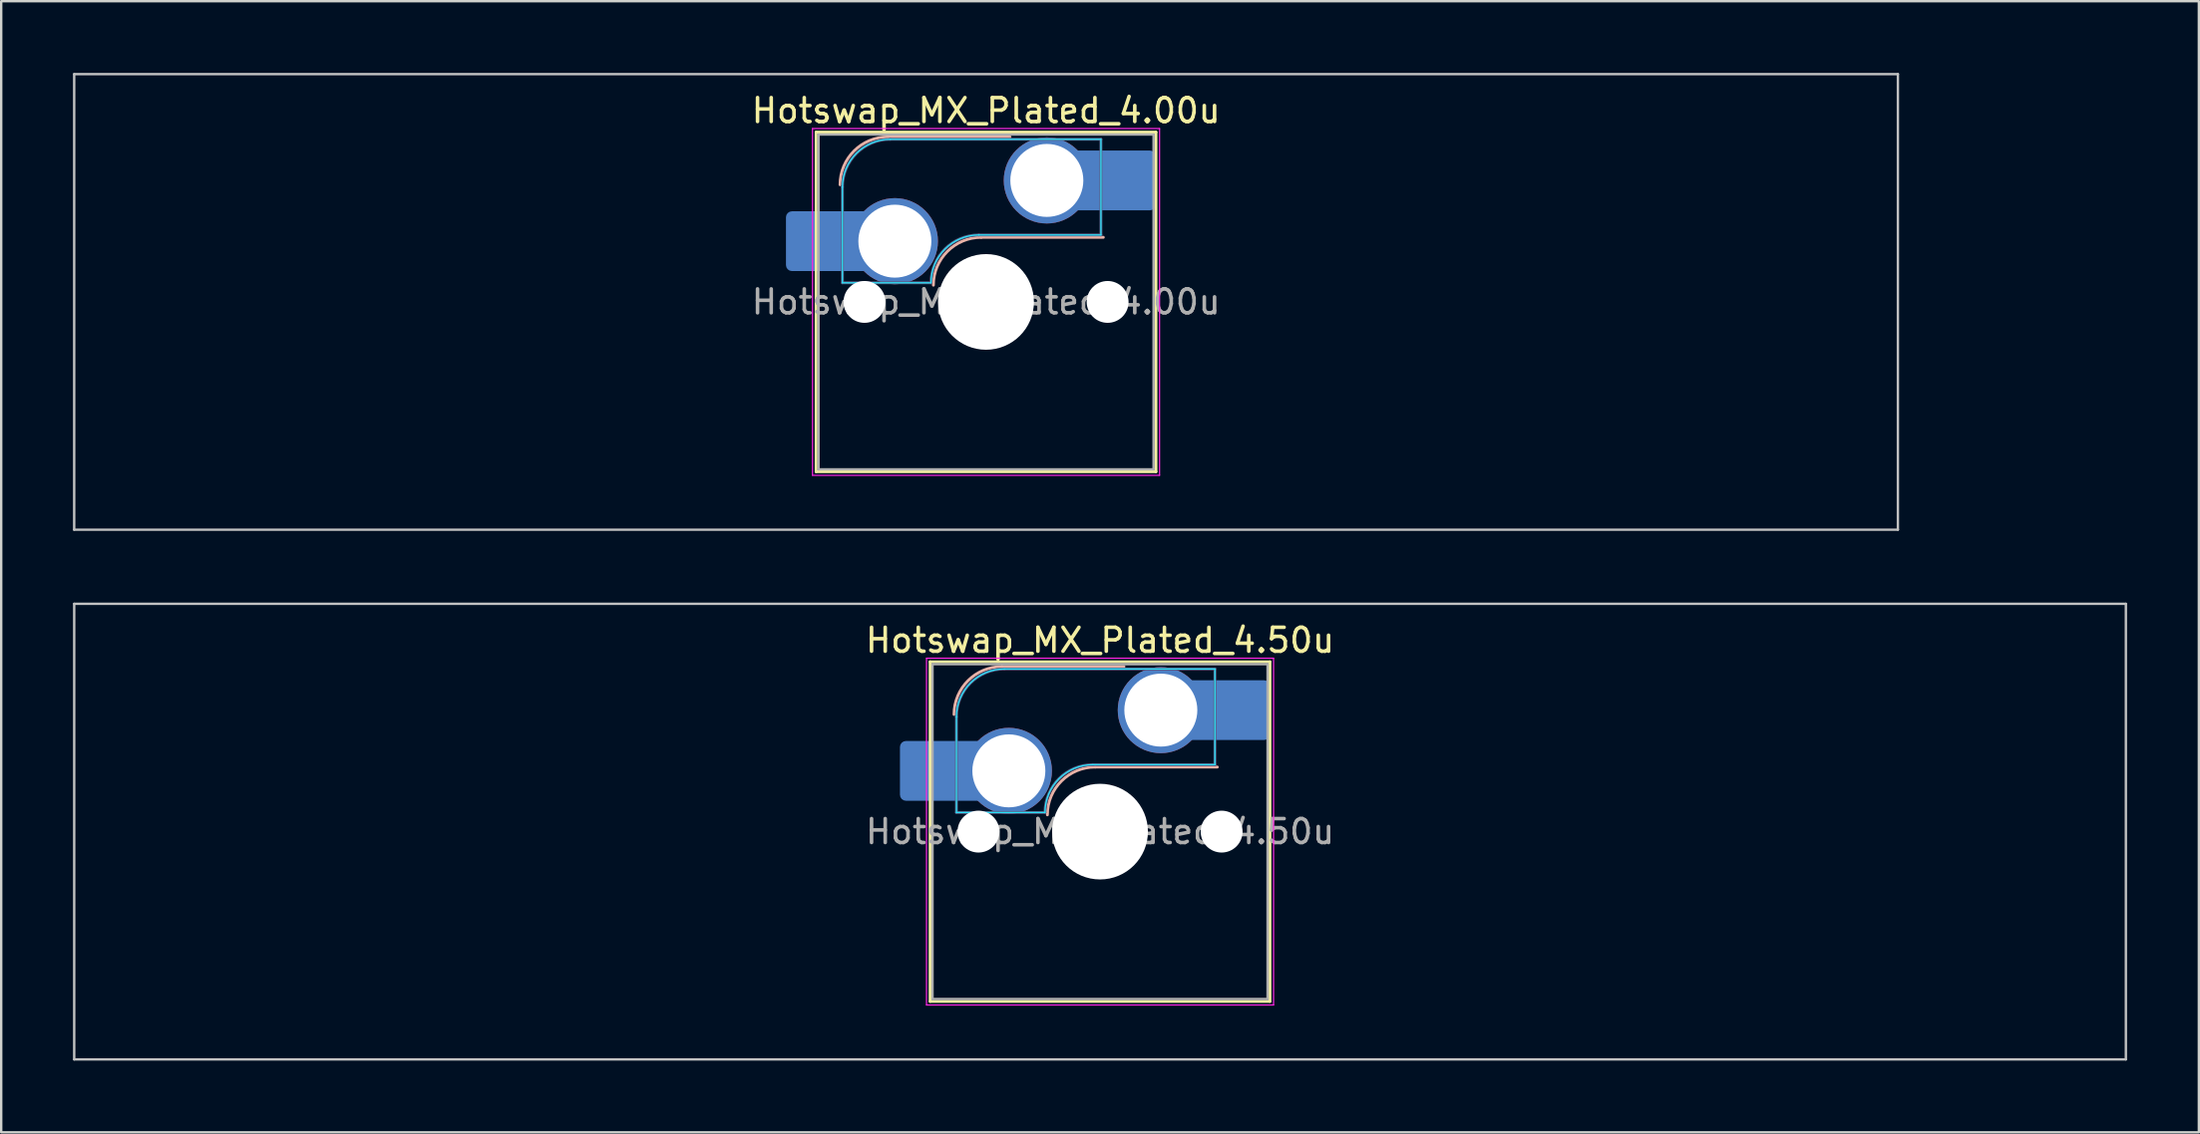
<source format=kicad_pcb>
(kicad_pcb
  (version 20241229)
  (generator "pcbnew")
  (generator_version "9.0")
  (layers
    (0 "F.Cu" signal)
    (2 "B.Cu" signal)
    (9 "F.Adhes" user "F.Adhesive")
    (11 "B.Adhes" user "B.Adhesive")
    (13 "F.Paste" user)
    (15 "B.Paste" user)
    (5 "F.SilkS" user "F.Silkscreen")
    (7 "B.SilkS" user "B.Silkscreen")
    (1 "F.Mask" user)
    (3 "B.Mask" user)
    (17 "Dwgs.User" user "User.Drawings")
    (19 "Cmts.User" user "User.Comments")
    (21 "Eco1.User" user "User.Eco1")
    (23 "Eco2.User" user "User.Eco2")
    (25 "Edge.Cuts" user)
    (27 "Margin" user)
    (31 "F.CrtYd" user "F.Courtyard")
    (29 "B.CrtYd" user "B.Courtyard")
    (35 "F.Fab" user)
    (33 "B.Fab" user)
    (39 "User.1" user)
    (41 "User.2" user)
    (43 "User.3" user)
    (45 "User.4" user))
  (footprint "Hotswap_MX_Plated_4.50u"
    (layer "F.Cu")
    (at 42.913 31.725)
    (property "Reference" "Hotswap_MX_Plated_4.50u" (at 0 -8 0) (layer "F.SilkS") (effects (font (size 1 1) (thickness 0.15))))
    (attr smd allow_soldermask_bridges)
    (fp_line (start -7.1 -7.1) (end -7.1 7.1) (stroke (width 0.12) (type solid)) (layer "F.SilkS"))
    (fp_line (start -7.1 7.1) (end 7.1 7.1) (stroke (width 0.12) (type solid)) (layer "F.SilkS"))
    (fp_line (start 7.1 -7.1) (end -7.1 -7.1) (stroke (width 0.12) (type solid)) (layer "F.SilkS"))
    (fp_line (start 7.1 7.1) (end 7.1 -7.1) (stroke (width 0.12) (type solid)) (layer "F.SilkS"))
    (fp_line (start -4.1 -6.9) (end 1 -6.9) (stroke (width 0.12) (type solid)) (layer "B.SilkS"))
    (fp_line (start -0.2 -2.7) (end 4.9 -2.7) (stroke (width 0.12) (type solid)) (layer "B.SilkS"))
    (fp_arc (start -6.1 -4.9) (mid -5.514214 -6.314214) (end -4.1 -6.9) (stroke (width 0.12) (type solid)) (layer "B.SilkS"))
    (fp_arc (start -2.2 -0.7) (mid -1.614214 -2.114214) (end -0.2 -2.7) (stroke (width 0.12) (type solid)) (layer "B.SilkS"))
    (fp_line (start -42.862 -9.525) (end -42.862 9.525) (stroke (width 0.1) (type solid)) (layer "Dwgs.User"))
    (fp_line (start -42.862 9.525) (end 42.862 9.525) (stroke (width 0.1) (type solid)) (layer "Dwgs.User"))
    (fp_line (start 42.862 -9.525) (end -42.862 -9.525) (stroke (width 0.1) (type solid)) (layer "Dwgs.User"))
    (fp_line (start 42.862 9.525) (end 42.862 -9.525) (stroke (width 0.1) (type solid)) (layer "Dwgs.User"))
    (fp_line (start -7.8 -6) (end -7 -6) (stroke (width 0.1) (type solid)) (layer "Eco1.User"))
    (fp_line (start -7.8 -2.9) (end -7.8 -6) (stroke (width 0.1) (type solid)) (layer "Eco1.User"))
    (fp_line (start -7.8 2.9) (end -7 2.9) (stroke (width 0.1) (type solid)) (layer "Eco1.User"))
    (fp_line (start -7.8 6) (end -7.8 2.9) (stroke (width 0.1) (type solid)) (layer "Eco1.User"))
    (fp_line (start -7 -7) (end 7 -7) (stroke (width 0.1) (type solid)) (layer "Eco1.User"))
    (fp_line (start -7 -6) (end -7 -7) (stroke (width 0.1) (type solid)) (layer "Eco1.User"))
    (fp_line (start -7 -2.9) (end -7.8 -2.9) (stroke (width 0.1) (type solid)) (layer "Eco1.User"))
    (fp_line (start -7 2.9) (end -7 -2.9) (stroke (width 0.1) (type solid)) (layer "Eco1.User"))
    (fp_line (start -7 6) (end -7.8 6) (stroke (width 0.1) (type solid)) (layer "Eco1.User"))
    (fp_line (start -7 7) (end -7 6) (stroke (width 0.1) (type solid)) (layer "Eco1.User"))
    (fp_line (start 7 -7) (end 7 -6) (stroke (width 0.1) (type solid)) (layer "Eco1.User"))
    (fp_line (start 7 -6) (end 7.8 -6) (stroke (width 0.1) (type solid)) (layer "Eco1.User"))
    (fp_line (start 7 -2.9) (end 7 2.9) (stroke (width 0.1) (type solid)) (layer "Eco1.User"))
    (fp_line (start 7 2.9) (end 7.8 2.9) (stroke (width 0.1) (type solid)) (layer "Eco1.User"))
    (fp_line (start 7 6) (end 7 7) (stroke (width 0.1) (type solid)) (layer "Eco1.User"))
    (fp_line (start 7 7) (end -7 7) (stroke (width 0.1) (type solid)) (layer "Eco1.User"))
    (fp_line (start 7.8 -6) (end 7.8 -2.9) (stroke (width 0.1) (type solid)) (layer "Eco1.User"))
    (fp_line (start 7.8 -2.9) (end 7 -2.9) (stroke (width 0.1) (type solid)) (layer "Eco1.User"))
    (fp_line (start 7.8 2.9) (end 7.8 6) (stroke (width 0.1) (type solid)) (layer "Eco1.User"))
    (fp_line (start 7.8 6) (end 7 6) (stroke (width 0.1) (type solid)) (layer "Eco1.User"))
    (fp_line (start -6 -0.8) (end -6 -4.8) (stroke (width 0.05) (type solid)) (layer "B.CrtYd"))
    (fp_line (start -6 -0.8) (end -2.3 -0.8) (stroke (width 0.05) (type solid)) (layer "B.CrtYd"))
    (fp_line (start -4 -6.8) (end 4.8 -6.8) (stroke (width 0.05) (type solid)) (layer "B.CrtYd"))
    (fp_line (start -0.3 -2.8) (end 4.8 -2.8) (stroke (width 0.05) (type solid)) (layer "B.CrtYd"))
    (fp_line (start 4.8 -6.8) (end 4.8 -2.8) (stroke (width 0.05) (type solid)) (layer "B.CrtYd"))
    (fp_arc (start -6 -4.8) (mid -5.414214 -6.214214) (end -4 -6.8) (stroke (width 0.05) (type solid)) (layer "B.CrtYd"))
    (fp_arc (start -2.3 -0.8) (mid -1.714214 -2.214214) (end -0.3 -2.8) (stroke (width 0.05) (type solid)) (layer "B.CrtYd"))
    (fp_line (start -7.25 -7.25) (end -7.25 7.25) (stroke (width 0.05) (type solid)) (layer "F.CrtYd"))
    (fp_line (start -7.25 7.25) (end 7.25 7.25) (stroke (width 0.05) (type solid)) (layer "F.CrtYd"))
    (fp_line (start 7.25 -7.25) (end -7.25 -7.25) (stroke (width 0.05) (type solid)) (layer "F.CrtYd"))
    (fp_line (start 7.25 7.25) (end 7.25 -7.25) (stroke (width 0.05) (type solid)) (layer "F.CrtYd"))
    (fp_line (start -6 -0.8) (end -6 -4.8) (stroke (width 0.12) (type solid)) (layer "B.Fab"))
    (fp_line (start -6 -0.8) (end -2.3 -0.8) (stroke (width 0.12) (type solid)) (layer "B.Fab"))
    (fp_line (start -4 -6.8) (end 4.8 -6.8) (stroke (width 0.12) (type solid)) (layer "B.Fab"))
    (fp_line (start -0.3 -2.8) (end 4.8 -2.8) (stroke (width 0.12) (type solid)) (layer "B.Fab"))
    (fp_line (start 4.8 -6.8) (end 4.8 -2.8) (stroke (width 0.12) (type solid)) (layer "B.Fab"))
    (fp_arc (start -6 -4.8) (mid -5.414214 -6.214214) (end -4 -6.8) (stroke (width 0.12) (type solid)) (layer "B.Fab"))
    (fp_arc (start -2.3 -0.8) (mid -1.714214 -2.214214) (end -0.3 -2.8) (stroke (width 0.12) (type solid)) (layer "B.Fab"))
    (fp_line (start -7 -7) (end -7 7) (stroke (width 0.1) (type solid)) (layer "F.Fab"))
    (fp_line (start -7 7) (end 7 7) (stroke (width 0.1) (type solid)) (layer "F.Fab"))
    (fp_line (start 7 -7) (end -7 -7) (stroke (width 0.1) (type solid)) (layer "F.Fab"))
    (fp_line (start 7 7) (end 7 -7) (stroke (width 0.1) (type solid)) (layer "F.Fab"))
    (fp_text user "${REFERENCE}" (at 0 0 0) (layer "F.Fab") (effects (font (size 1 1) (thickness 0.15))))
    (pad "" smd roundrect (at -7.085 -2.54) (size 2.55 2.5) (layers "B.Mask" "B.Paste") (roundrect_rratio 0.1))
    (pad "" np_thru_hole circle (at -5.08 0) (size 1.75 1.75) (drill 1.75) (layers "*.Cu" "*.Mask"))
    (pad "" np_thru_hole circle (at 0 0) (size 4 4) (drill 4) (layers "*.Cu" "*.Mask"))
    (pad "" np_thru_hole circle (at 5.08 0) (size 1.75 1.75) (drill 1.75) (layers "*.Cu" "*.Mask"))
    (pad "" smd roundrect (at 5.842 -5.08) (size 2.55 2.5) (layers "B.Mask" "B.Paste") (roundrect_rratio 0.1))
    (pad "1" smd roundrect (at -6.585 -2.54) (size 3.55 2.5) (layers "B.Cu") (roundrect_rratio 0.1))
    (pad "1" thru_hole circle (at -3.81 -2.54) (size 3.6 3.6) (drill 3.05) (layers "*.Cu" "*.Mask"))
    (pad "2" thru_hole circle (at 2.54 -5.08) (size 3.6 3.6) (drill 3.05) (layers "*.Cu" "*.Mask"))
    (pad "2" smd roundrect (at 5.32 -5.08) (size 3.55 2.5) (layers "B.Cu") (roundrect_rratio 0.1)))
  (footprint "Hotswap_MX_Plated_4.00u"
    (layer "F.Cu")
    (at 38.15 9.575)
    (property "Reference" "Hotswap_MX_Plated_4.00u" (at 0 -8 0) (layer "F.SilkS") (effects (font (size 1 1) (thickness 0.15))))
    (attr smd allow_soldermask_bridges)
    (fp_line (start -7.1 -7.1) (end -7.1 7.1) (stroke (width 0.12) (type solid)) (layer "F.SilkS"))
    (fp_line (start -7.1 7.1) (end 7.1 7.1) (stroke (width 0.12) (type solid)) (layer "F.SilkS"))
    (fp_line (start 7.1 -7.1) (end -7.1 -7.1) (stroke (width 0.12) (type solid)) (layer "F.SilkS"))
    (fp_line (start 7.1 7.1) (end 7.1 -7.1) (stroke (width 0.12) (type solid)) (layer "F.SilkS"))
    (fp_line (start -4.1 -6.9) (end 1 -6.9) (stroke (width 0.12) (type solid)) (layer "B.SilkS"))
    (fp_line (start -0.2 -2.7) (end 4.9 -2.7) (stroke (width 0.12) (type solid)) (layer "B.SilkS"))
    (fp_arc (start -6.1 -4.9) (mid -5.514214 -6.314214) (end -4.1 -6.9) (stroke (width 0.12) (type solid)) (layer "B.SilkS"))
    (fp_arc (start -2.2 -0.7) (mid -1.614214 -2.114214) (end -0.2 -2.7) (stroke (width 0.12) (type solid)) (layer "B.SilkS"))
    (fp_line (start -38.1 -9.525) (end -38.1 9.525) (stroke (width 0.1) (type solid)) (layer "Dwgs.User"))
    (fp_line (start -38.1 9.525) (end 38.1 9.525) (stroke (width 0.1) (type solid)) (layer "Dwgs.User"))
    (fp_line (start 38.1 -9.525) (end -38.1 -9.525) (stroke (width 0.1) (type solid)) (layer "Dwgs.User"))
    (fp_line (start 38.1 9.525) (end 38.1 -9.525) (stroke (width 0.1) (type solid)) (layer "Dwgs.User"))
    (fp_line (start -7.8 -6) (end -7 -6) (stroke (width 0.1) (type solid)) (layer "Eco1.User"))
    (fp_line (start -7.8 -2.9) (end -7.8 -6) (stroke (width 0.1) (type solid)) (layer "Eco1.User"))
    (fp_line (start -7.8 2.9) (end -7 2.9) (stroke (width 0.1) (type solid)) (layer "Eco1.User"))
    (fp_line (start -7.8 6) (end -7.8 2.9) (stroke (width 0.1) (type solid)) (layer "Eco1.User"))
    (fp_line (start -7 -7) (end 7 -7) (stroke (width 0.1) (type solid)) (layer "Eco1.User"))
    (fp_line (start -7 -6) (end -7 -7) (stroke (width 0.1) (type solid)) (layer "Eco1.User"))
    (fp_line (start -7 -2.9) (end -7.8 -2.9) (stroke (width 0.1) (type solid)) (layer "Eco1.User"))
    (fp_line (start -7 2.9) (end -7 -2.9) (stroke (width 0.1) (type solid)) (layer "Eco1.User"))
    (fp_line (start -7 6) (end -7.8 6) (stroke (width 0.1) (type solid)) (layer "Eco1.User"))
    (fp_line (start -7 7) (end -7 6) (stroke (width 0.1) (type solid)) (layer "Eco1.User"))
    (fp_line (start 7 -7) (end 7 -6) (stroke (width 0.1) (type solid)) (layer "Eco1.User"))
    (fp_line (start 7 -6) (end 7.8 -6) (stroke (width 0.1) (type solid)) (layer "Eco1.User"))
    (fp_line (start 7 -2.9) (end 7 2.9) (stroke (width 0.1) (type solid)) (layer "Eco1.User"))
    (fp_line (start 7 2.9) (end 7.8 2.9) (stroke (width 0.1) (type solid)) (layer "Eco1.User"))
    (fp_line (start 7 6) (end 7 7) (stroke (width 0.1) (type solid)) (layer "Eco1.User"))
    (fp_line (start 7 7) (end -7 7) (stroke (width 0.1) (type solid)) (layer "Eco1.User"))
    (fp_line (start 7.8 -6) (end 7.8 -2.9) (stroke (width 0.1) (type solid)) (layer "Eco1.User"))
    (fp_line (start 7.8 -2.9) (end 7 -2.9) (stroke (width 0.1) (type solid)) (layer "Eco1.User"))
    (fp_line (start 7.8 2.9) (end 7.8 6) (stroke (width 0.1) (type solid)) (layer "Eco1.User"))
    (fp_line (start 7.8 6) (end 7 6) (stroke (width 0.1) (type solid)) (layer "Eco1.User"))
    (fp_line (start -6 -0.8) (end -6 -4.8) (stroke (width 0.05) (type solid)) (layer "B.CrtYd"))
    (fp_line (start -6 -0.8) (end -2.3 -0.8) (stroke (width 0.05) (type solid)) (layer "B.CrtYd"))
    (fp_line (start -4 -6.8) (end 4.8 -6.8) (stroke (width 0.05) (type solid)) (layer "B.CrtYd"))
    (fp_line (start -0.3 -2.8) (end 4.8 -2.8) (stroke (width 0.05) (type solid)) (layer "B.CrtYd"))
    (fp_line (start 4.8 -6.8) (end 4.8 -2.8) (stroke (width 0.05) (type solid)) (layer "B.CrtYd"))
    (fp_arc (start -6 -4.8) (mid -5.414214 -6.214214) (end -4 -6.8) (stroke (width 0.05) (type solid)) (layer "B.CrtYd"))
    (fp_arc (start -2.3 -0.8) (mid -1.714214 -2.214214) (end -0.3 -2.8) (stroke (width 0.05) (type solid)) (layer "B.CrtYd"))
    (fp_line (start -7.25 -7.25) (end -7.25 7.25) (stroke (width 0.05) (type solid)) (layer "F.CrtYd"))
    (fp_line (start -7.25 7.25) (end 7.25 7.25) (stroke (width 0.05) (type solid)) (layer "F.CrtYd"))
    (fp_line (start 7.25 -7.25) (end -7.25 -7.25) (stroke (width 0.05) (type solid)) (layer "F.CrtYd"))
    (fp_line (start 7.25 7.25) (end 7.25 -7.25) (stroke (width 0.05) (type solid)) (layer "F.CrtYd"))
    (fp_line (start -6 -0.8) (end -6 -4.8) (stroke (width 0.12) (type solid)) (layer "B.Fab"))
    (fp_line (start -6 -0.8) (end -2.3 -0.8) (stroke (width 0.12) (type solid)) (layer "B.Fab"))
    (fp_line (start -4 -6.8) (end 4.8 -6.8) (stroke (width 0.12) (type solid)) (layer "B.Fab"))
    (fp_line (start -0.3 -2.8) (end 4.8 -2.8) (stroke (width 0.12) (type solid)) (layer "B.Fab"))
    (fp_line (start 4.8 -6.8) (end 4.8 -2.8) (stroke (width 0.12) (type solid)) (layer "B.Fab"))
    (fp_arc (start -6 -4.8) (mid -5.414214 -6.214214) (end -4 -6.8) (stroke (width 0.12) (type solid)) (layer "B.Fab"))
    (fp_arc (start -2.3 -0.8) (mid -1.714214 -2.214214) (end -0.3 -2.8) (stroke (width 0.12) (type solid)) (layer "B.Fab"))
    (fp_line (start -7 -7) (end -7 7) (stroke (width 0.1) (type solid)) (layer "F.Fab"))
    (fp_line (start -7 7) (end 7 7) (stroke (width 0.1) (type solid)) (layer "F.Fab"))
    (fp_line (start 7 -7) (end -7 -7) (stroke (width 0.1) (type solid)) (layer "F.Fab"))
    (fp_line (start 7 7) (end 7 -7) (stroke (width 0.1) (type solid)) (layer "F.Fab"))
    (fp_text user "${REFERENCE}" (at 0 0 0) (layer "F.Fab") (effects (font (size 1 1) (thickness 0.15))))
    (pad "" smd roundrect (at -7.085 -2.54) (size 2.55 2.5) (layers "B.Mask" "B.Paste") (roundrect_rratio 0.1))
    (pad "" np_thru_hole circle (at -5.08 0) (size 1.75 1.75) (drill 1.75) (layers "*.Cu" "*.Mask"))
    (pad "" np_thru_hole circle (at 0 0) (size 4 4) (drill 4) (layers "*.Cu" "*.Mask"))
    (pad "" np_thru_hole circle (at 5.08 0) (size 1.75 1.75) (drill 1.75) (layers "*.Cu" "*.Mask"))
    (pad "" smd roundrect (at 5.842 -5.08) (size 2.55 2.5) (layers "B.Mask" "B.Paste") (roundrect_rratio 0.1))
    (pad "1" smd roundrect (at -6.585 -2.54) (size 3.55 2.5) (layers "B.Cu") (roundrect_rratio 0.1))
    (pad "1" thru_hole circle (at -3.81 -2.54) (size 3.6 3.6) (drill 3.05) (layers "*.Cu" "*.Mask"))
    (pad "2" thru_hole circle (at 2.54 -5.08) (size 3.6 3.6) (drill 3.05) (layers "*.Cu" "*.Mask"))
    (pad "2" smd roundrect (at 5.32 -5.08) (size 3.55 2.5) (layers "B.Cu") (roundrect_rratio 0.1)))
  (gr_rect
    (start -3 -3)
    (end 88.825 44.3)
    (stroke (width 0.1) (type default))
    (fill no)
    (layer "Edge.Cuts")))
</source>
